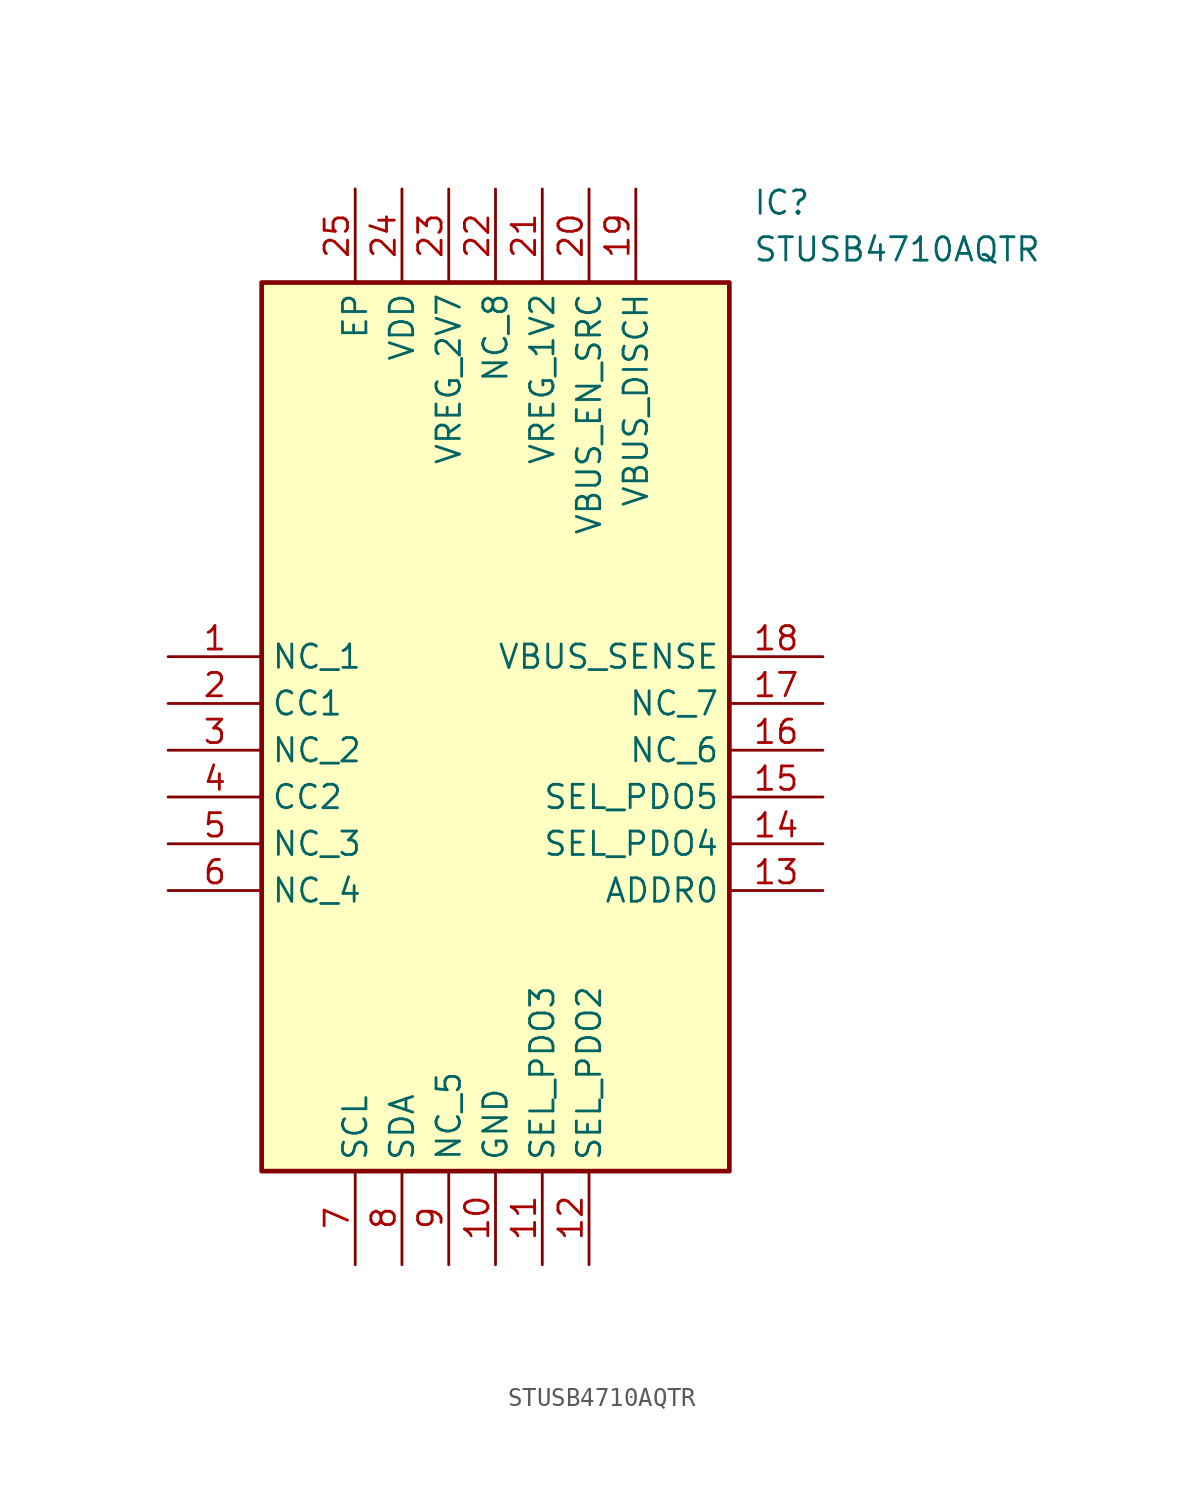
<source format=kicad_sym>
(kicad_symbol_lib
  (version 20211014)
  (generator SamacSys_ECAD_Model)
  (symbol "STUSB4710AQTR"
    (property "Reference" "IC"
      (at 31.75 25.4 0)
      (effects (font (size 1.27 1.27)) (justify left top)))
    (property "Value" "STUSB4710AQTR"
      (at 31.75 22.86 0)
      (effects (font (size 1.27 1.27)) (justify left top)))
    (rectangle
      (start 5.08 20.32)
      (end 30.48 -27.94)
      (stroke (width 0.254) (type default))
      (fill (type background)))
    (pin passive line
      (at 0 0 0)
      (length 5.08)
      (name "NC_1" (effects (font (size 1.27 1.27))))
      (number "1" (effects (font (size 1.27 1.27)))))
    (pin passive line
      (at 0 -2.54 0)
      (length 5.08)
      (name "CC1" (effects (font (size 1.27 1.27))))
      (number "2" (effects (font (size 1.27 1.27)))))
    (pin passive line
      (at 0 -5.08 0)
      (length 5.08)
      (name "NC_2" (effects (font (size 1.27 1.27))))
      (number "3" (effects (font (size 1.27 1.27)))))
    (pin passive line
      (at 0 -7.62 0)
      (length 5.08)
      (name "CC2" (effects (font (size 1.27 1.27))))
      (number "4" (effects (font (size 1.27 1.27)))))
    (pin passive line
      (at 0 -10.16 0)
      (length 5.08)
      (name "NC_3" (effects (font (size 1.27 1.27))))
      (number "5" (effects (font (size 1.27 1.27)))))
    (pin passive line
      (at 0 -12.7 0)
      (length 5.08)
      (name "NC_4" (effects (font (size 1.27 1.27))))
      (number "6" (effects (font (size 1.27 1.27)))))
    (pin passive line
      (at 10.16 -33.02 90)
      (length 5.08)
      (name "SCL" (effects (font (size 1.27 1.27))))
      (number "7" (effects (font (size 1.27 1.27)))))
    (pin passive line
      (at 12.7 -33.02 90)
      (length 5.08)
      (name "SDA" (effects (font (size 1.27 1.27))))
      (number "8" (effects (font (size 1.27 1.27)))))
    (pin passive line
      (at 15.24 -33.02 90)
      (length 5.08)
      (name "NC_5" (effects (font (size 1.27 1.27))))
      (number "9" (effects (font (size 1.27 1.27)))))
    (pin passive line
      (at 17.78 -33.02 90)
      (length 5.08)
      (name "GND" (effects (font (size 1.27 1.27))))
      (number "10" (effects (font (size 1.27 1.27)))))
    (pin passive line
      (at 20.32 -33.02 90)
      (length 5.08)
      (name "SEL_PDO3" (effects (font (size 1.27 1.27))))
      (number "11" (effects (font (size 1.27 1.27)))))
    (pin passive line
      (at 22.86 -33.02 90)
      (length 5.08)
      (name "SEL_PDO2" (effects (font (size 1.27 1.27))))
      (number "12" (effects (font (size 1.27 1.27)))))
    (pin passive line
      (at 35.56 0 180)
      (length 5.08)
      (name "VBUS_SENSE" (effects (font (size 1.27 1.27))))
      (number "18" (effects (font (size 1.27 1.27)))))
    (pin passive line
      (at 35.56 -2.54 180)
      (length 5.08)
      (name "NC_7" (effects (font (size 1.27 1.27))))
      (number "17" (effects (font (size 1.27 1.27)))))
    (pin passive line
      (at 35.56 -5.08 180)
      (length 5.08)
      (name "NC_6" (effects (font (size 1.27 1.27))))
      (number "16" (effects (font (size 1.27 1.27)))))
    (pin passive line
      (at 35.56 -7.62 180)
      (length 5.08)
      (name "SEL_PDO5" (effects (font (size 1.27 1.27))))
      (number "15" (effects (font (size 1.27 1.27)))))
    (pin passive line
      (at 35.56 -10.16 180)
      (length 5.08)
      (name "SEL_PDO4" (effects (font (size 1.27 1.27))))
      (number "14" (effects (font (size 1.27 1.27)))))
    (pin passive line
      (at 35.56 -12.7 180)
      (length 5.08)
      (name "ADDR0" (effects (font (size 1.27 1.27))))
      (number "13" (effects (font (size 1.27 1.27)))))
    (pin passive line
      (at 10.16 25.4 270)
      (length 5.08)
      (name "EP" (effects (font (size 1.27 1.27))))
      (number "25" (effects (font (size 1.27 1.27)))))
    (pin passive line
      (at 12.7 25.4 270)
      (length 5.08)
      (name "VDD" (effects (font (size 1.27 1.27))))
      (number "24" (effects (font (size 1.27 1.27)))))
    (pin passive line
      (at 15.24 25.4 270)
      (length 5.08)
      (name "VREG_2V7" (effects (font (size 1.27 1.27))))
      (number "23" (effects (font (size 1.27 1.27)))))
    (pin passive line
      (at 17.78 25.4 270)
      (length 5.08)
      (name "NC_8" (effects (font (size 1.27 1.27))))
      (number "22" (effects (font (size 1.27 1.27)))))
    (pin passive line
      (at 20.32 25.4 270)
      (length 5.08)
      (name "VREG_1V2" (effects (font (size 1.27 1.27))))
      (number "21" (effects (font (size 1.27 1.27)))))
    (pin passive line
      (at 22.86 25.4 270)
      (length 5.08)
      (name "VBUS_EN_SRC" (effects (font (size 1.27 1.27))))
      (number "20" (effects (font (size 1.27 1.27)))))
    (pin passive line
      (at 25.4 25.4 270)
      (length 5.08)
      (name "VBUS_DISCH" (effects (font (size 1.27 1.27))))
      (number "19" (effects (font (size 1.27 1.27)))))))
</source>
